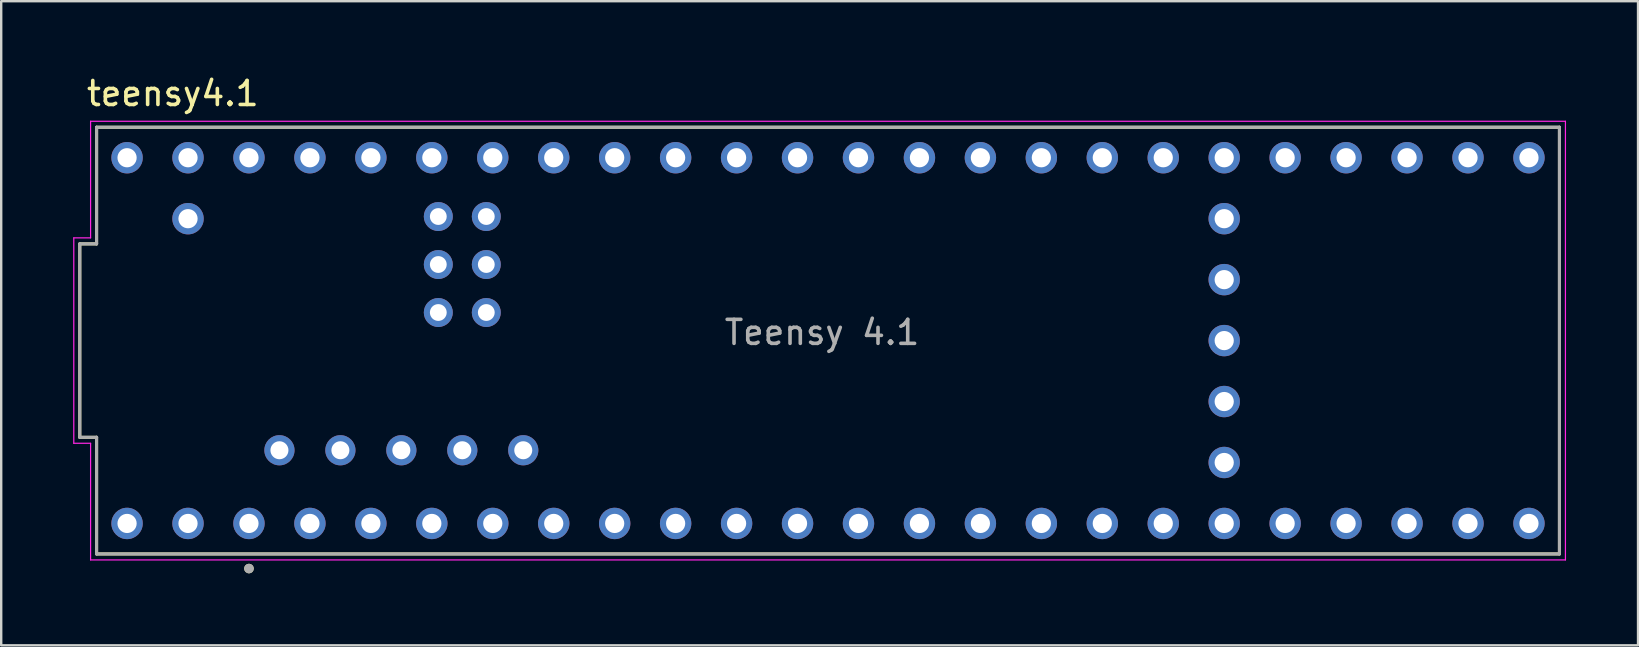
<source format=kicad_pcb>
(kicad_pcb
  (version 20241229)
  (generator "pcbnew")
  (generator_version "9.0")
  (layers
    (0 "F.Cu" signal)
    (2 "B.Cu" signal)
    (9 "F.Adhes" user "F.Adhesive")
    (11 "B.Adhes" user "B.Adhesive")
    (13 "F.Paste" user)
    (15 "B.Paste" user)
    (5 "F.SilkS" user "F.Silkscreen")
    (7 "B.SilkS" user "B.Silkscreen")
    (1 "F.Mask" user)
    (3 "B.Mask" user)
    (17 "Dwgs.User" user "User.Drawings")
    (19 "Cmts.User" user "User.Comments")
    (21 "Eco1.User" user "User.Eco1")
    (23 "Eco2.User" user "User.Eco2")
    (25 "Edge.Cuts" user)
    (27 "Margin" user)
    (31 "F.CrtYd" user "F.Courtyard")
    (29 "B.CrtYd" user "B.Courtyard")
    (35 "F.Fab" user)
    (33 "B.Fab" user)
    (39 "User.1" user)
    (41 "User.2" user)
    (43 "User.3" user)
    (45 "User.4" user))
  (footprint "teensy4.1"
    (layer "F.Cu")
    (at 31.455 11.143)
    (property "Reference" "teensy4.1" (at -27.305 -10.295 0) (layer "F.SilkS") (effects (font (size 1 1) (thickness 0.15))))
    (attr through_hole)
    (fp_line (start -31.18 4.03) (end -31.18 -4.03) (stroke (width 0.127) (type solid)) (layer "F.SilkS"))
    (fp_line (start -30.48 -8.89) (end -30.48 -4.03) (stroke (width 0.127) (type solid)) (layer "F.SilkS"))
    (fp_line (start -30.48 -8.89) (end 30.48 -8.89) (stroke (width 0.127) (type solid)) (layer "F.SilkS"))
    (fp_line (start -30.48 -4.03) (end -31.18 -4.03) (stroke (width 0.127) (type solid)) (layer "F.SilkS"))
    (fp_line (start -30.48 4.03) (end -31.18 4.03) (stroke (width 0.127) (type solid)) (layer "F.SilkS"))
    (fp_line (start -30.48 8.89) (end -30.48 4.03) (stroke (width 0.127) (type solid)) (layer "F.SilkS"))
    (fp_line (start 30.48 -8.89) (end 30.48 8.89) (stroke (width 0.127) (type solid)) (layer "F.SilkS"))
    (fp_line (start 30.48 8.89) (end -30.48 8.89) (stroke (width 0.127) (type solid)) (layer "F.SilkS"))
    (fp_circle (center -24.13 9.5) (end -24.03 9.5) (stroke (width 0.2) (type solid)) (fill no) (layer "F.SilkS"))
    (fp_line (start -31.43 4.28) (end -31.43 -4.28) (stroke (width 0.05) (type solid)) (layer "F.CrtYd"))
    (fp_line (start -30.73 -9.14) (end -30.73 -4.28) (stroke (width 0.05) (type solid)) (layer "F.CrtYd"))
    (fp_line (start -30.73 -9.14) (end 30.73 -9.14) (stroke (width 0.05) (type solid)) (layer "F.CrtYd"))
    (fp_line (start -30.73 -4.28) (end -31.43 -4.28) (stroke (width 0.05) (type solid)) (layer "F.CrtYd"))
    (fp_line (start -30.73 4.28) (end -31.43 4.28) (stroke (width 0.05) (type solid)) (layer "F.CrtYd"))
    (fp_line (start -30.73 9.14) (end -30.73 4.28) (stroke (width 0.05) (type solid)) (layer "F.CrtYd"))
    (fp_line (start 30.73 -9.14) (end 30.73 9.14) (stroke (width 0.05) (type solid)) (layer "F.CrtYd"))
    (fp_line (start 30.73 9.14) (end -30.73 9.14) (stroke (width 0.05) (type solid)) (layer "F.CrtYd"))
    (fp_line (start -31.18 4.03) (end -31.18 -4.03) (stroke (width 0.127) (type solid)) (layer "F.Fab"))
    (fp_line (start -30.48 -8.89) (end -30.48 -4.03) (stroke (width 0.127) (type solid)) (layer "F.Fab"))
    (fp_line (start -30.48 -8.89) (end 30.48 -8.89) (stroke (width 0.127) (type solid)) (layer "F.Fab"))
    (fp_line (start -30.48 -4.03) (end -31.18 -4.03) (stroke (width 0.127) (type solid)) (layer "F.Fab"))
    (fp_line (start -30.48 4.03) (end -31.18 4.03) (stroke (width 0.127) (type solid)) (layer "F.Fab"))
    (fp_line (start -30.48 8.89) (end -30.48 4.03) (stroke (width 0.127) (type solid)) (layer "F.Fab"))
    (fp_line (start 30.48 -8.89) (end 30.48 8.89) (stroke (width 0.127) (type solid)) (layer "F.Fab"))
    (fp_line (start 30.48 8.89) (end -30.48 8.89) (stroke (width 0.127) (type solid)) (layer "F.Fab"))
    (fp_circle (center -24.13 9.5) (end -24.03 9.5) (stroke (width 0.2) (type solid)) (fill no) (layer "F.Fab"))
    (fp_text user "Teensy 4.1" (at -0.25 -0.34 0) (layer "F.Fab") (effects (font (size 1 1) (thickness 0.15))))
    (pad "0" thru_hole circle (at -26.67 7.62) (size 1.308 1.308) (drill 0.8) (layers "*.Cu" "*.Mask"))
    (pad "1" thru_hole circle (at -24.13 7.62) (size 1.308 1.308) (drill 0.8) (layers "*.Cu" "*.Mask"))
    (pad "2" thru_hole circle (at -21.59 7.62) (size 1.308 1.308) (drill 0.8) (layers "*.Cu" "*.Mask"))
    (pad "3" thru_hole circle (at -19.05 7.62) (size 1.308 1.308) (drill 0.8) (layers "*.Cu" "*.Mask"))
    (pad "3.3V_1" thru_hole circle (at 6.35 7.62) (size 1.308 1.308) (drill 0.8) (layers "*.Cu" "*.Mask"))
    (pad "3.3V_2" thru_hole circle (at -24.13 -7.62) (size 1.308 1.308) (drill 0.8) (layers "*.Cu" "*.Mask"))
    (pad "3.3V_3" thru_hole circle (at 16.51 2.54) (size 1.308 1.308) (drill 0.8) (layers "*.Cu" "*.Mask"))
    (pad "4" thru_hole circle (at -16.51 7.62) (size 1.308 1.308) (drill 0.8) (layers "*.Cu" "*.Mask"))
    (pad "5" thru_hole circle (at -13.97 7.62) (size 1.308 1.308) (drill 0.8) (layers "*.Cu" "*.Mask"))
    (pad "5V" thru_hole circle (at -22.86 4.57) (size 1.258 1.258) (drill 0.75) (layers "*.Cu" "*.Mask"))
    (pad "6" thru_hole circle (at -11.43 7.62) (size 1.308 1.308) (drill 0.8) (layers "*.Cu" "*.Mask"))
    (pad "7" thru_hole circle (at -8.89 7.62) (size 1.308 1.308) (drill 0.8) (layers "*.Cu" "*.Mask"))
    (pad "8" thru_hole circle (at -6.35 7.62) (size 1.308 1.308) (drill 0.8) (layers "*.Cu" "*.Mask"))
    (pad "9" thru_hole circle (at -3.81 7.62) (size 1.308 1.308) (drill 0.8) (layers "*.Cu" "*.Mask"))
    (pad "10" thru_hole circle (at -1.27 7.62) (size 1.308 1.308) (drill 0.8) (layers "*.Cu" "*.Mask"))
    (pad "11" thru_hole circle (at 1.27 7.62) (size 1.308 1.308) (drill 0.8) (layers "*.Cu" "*.Mask"))
    (pad "12" thru_hole circle (at 3.81 7.62) (size 1.308 1.308) (drill 0.8) (layers "*.Cu" "*.Mask"))
    (pad "13" thru_hole circle (at 3.81 -7.62) (size 1.308 1.308) (drill 0.8) (layers "*.Cu" "*.Mask"))
    (pad "14" thru_hole circle (at 1.27 -7.62) (size 1.308 1.308) (drill 0.8) (layers "*.Cu" "*.Mask"))
    (pad "15" thru_hole circle (at -1.27 -7.62) (size 1.308 1.308) (drill 0.8) (layers "*.Cu" "*.Mask"))
    (pad "16" thru_hole circle (at -3.81 -7.62) (size 1.308 1.308) (drill 0.8) (layers "*.Cu" "*.Mask"))
    (pad "17" thru_hole circle (at -6.35 -7.62) (size 1.308 1.308) (drill 0.8) (layers "*.Cu" "*.Mask"))
    (pad "18" thru_hole circle (at -8.89 -7.62) (size 1.308 1.308) (drill 0.8) (layers "*.Cu" "*.Mask"))
    (pad "19" thru_hole circle (at -11.43 -7.62) (size 1.308 1.308) (drill 0.8) (layers "*.Cu" "*.Mask"))
    (pad "20" thru_hole circle (at -13.97 -7.62) (size 1.308 1.308) (drill 0.8) (layers "*.Cu" "*.Mask"))
    (pad "21" thru_hole circle (at -16.51 -7.62) (size 1.308 1.308) (drill 0.8) (layers "*.Cu" "*.Mask"))
    (pad "22" thru_hole circle (at -19.05 -7.62) (size 1.308 1.308) (drill 0.8) (layers "*.Cu" "*.Mask"))
    (pad "23" thru_hole circle (at -21.59 -7.62) (size 1.308 1.308) (drill 0.8) (layers "*.Cu" "*.Mask"))
    (pad "24" thru_hole circle (at 8.89 7.62) (size 1.308 1.308) (drill 0.8) (layers "*.Cu" "*.Mask"))
    (pad "25" thru_hole circle (at 11.43 7.62) (size 1.308 1.308) (drill 0.8) (layers "*.Cu" "*.Mask"))
    (pad "26" thru_hole circle (at 13.97 7.62) (size 1.308 1.308) (drill 0.8) (layers "*.Cu" "*.Mask"))
    (pad "27" thru_hole circle (at 16.51 7.62) (size 1.308 1.308) (drill 0.8) (layers "*.Cu" "*.Mask"))
    (pad "28" thru_hole circle (at 19.05 7.62) (size 1.308 1.308) (drill 0.8) (layers "*.Cu" "*.Mask"))
    (pad "29" thru_hole circle (at 21.59 7.62) (size 1.308 1.308) (drill 0.8) (layers "*.Cu" "*.Mask"))
    (pad "30" thru_hole circle (at 24.13 7.62) (size 1.308 1.308) (drill 0.8) (layers "*.Cu" "*.Mask"))
    (pad "31" thru_hole circle (at 26.67 7.62) (size 1.308 1.308) (drill 0.8) (layers "*.Cu" "*.Mask"))
    (pad "32" thru_hole circle (at 29.21 7.62) (size 1.308 1.308) (drill 0.8) (layers "*.Cu" "*.Mask"))
    (pad "33" thru_hole circle (at 29.21 -7.62) (size 1.308 1.308) (drill 0.8) (layers "*.Cu" "*.Mask"))
    (pad "34" thru_hole circle (at 26.67 -7.62) (size 1.308 1.308) (drill 0.8) (layers "*.Cu" "*.Mask"))
    (pad "35" thru_hole circle (at 24.13 -7.62) (size 1.308 1.308) (drill 0.8) (layers "*.Cu" "*.Mask"))
    (pad "36" thru_hole circle (at 21.59 -7.62) (size 1.308 1.308) (drill 0.8) (layers "*.Cu" "*.Mask"))
    (pad "37" thru_hole circle (at 19.05 -7.62) (size 1.308 1.308) (drill 0.8) (layers "*.Cu" "*.Mask"))
    (pad "38" thru_hole circle (at 16.51 -7.62) (size 1.308 1.308) (drill 0.8) (layers "*.Cu" "*.Mask"))
    (pad "39" thru_hole circle (at 13.97 -7.62) (size 1.308 1.308) (drill 0.8) (layers "*.Cu" "*.Mask"))
    (pad "40" thru_hole circle (at 11.43 -7.62) (size 1.308 1.308) (drill 0.8) (layers "*.Cu" "*.Mask"))
    (pad "41" thru_hole circle (at 8.89 -7.62) (size 1.308 1.308) (drill 0.8) (layers "*.Cu" "*.Mask"))
    (pad "D+" thru_hole circle (at -17.78 4.57) (size 1.258 1.258) (drill 0.75) (layers "*.Cu" "*.Mask"))
    (pad "D-" thru_hole circle (at -20.32 4.57) (size 1.258 1.258) (drill 0.75) (layers "*.Cu" "*.Mask"))
    (pad "GND1" thru_hole circle (at -29.21 7.62) (size 1.308 1.308) (drill 0.8) (layers "*.Cu" "*.Mask"))
    (pad "GND2" thru_hole circle (at 6.35 -7.62) (size 1.308 1.308) (drill 0.8) (layers "*.Cu" "*.Mask"))
    (pad "GND3" thru_hole circle (at -26.67 -7.62) (size 1.308 1.308) (drill 0.8) (layers "*.Cu" "*.Mask"))
    (pad "GND4" thru_hole circle (at 16.51 0) (size 1.308 1.308) (drill 0.8) (layers "*.Cu" "*.Mask"))
    (pad "GND5" thru_hole circle (at -14.24 -3.17) (size 1.208 1.208) (drill 0.7) (layers "*.Cu" "*.Mask"))
    (pad "LED" thru_hole circle (at -16.24 -3.17) (size 1.208 1.208) (drill 0.7) (layers "*.Cu" "*.Mask"))
    (pad "ON/OFF" thru_hole circle (at 16.51 -5.08) (size 1.308 1.308) (drill 0.8) (layers "*.Cu" "*.Mask"))
    (pad "PROGRAM" thru_hole circle (at 16.51 -2.54) (size 1.308 1.308) (drill 0.8) (layers "*.Cu" "*.Mask"))
    (pad "R+" thru_hole circle (at -16.24 -5.17) (size 1.208 1.208) (drill 0.7) (layers "*.Cu" "*.Mask"))
    (pad "R-" thru_hole circle (at -14.24 -5.17) (size 1.208 1.208) (drill 0.7) (layers "*.Cu" "*.Mask"))
    (pad "T+" thru_hole circle (at -14.24 -1.17) (size 1.208 1.208) (drill 0.7) (layers "*.Cu" "*.Mask"))
    (pad "T-" thru_hole circle (at -16.24 -1.17) (size 1.208 1.208) (drill 0.7) (layers "*.Cu" "*.Mask"))
    (pad "USB_GND1" thru_hole circle (at -15.24 4.57) (size 1.258 1.258) (drill 0.75) (layers "*.Cu" "*.Mask"))
    (pad "USB_GND2" thru_hole circle (at -12.7 4.57) (size 1.258 1.258) (drill 0.75) (layers "*.Cu" "*.Mask"))
    (pad "VBAT" thru_hole circle (at 16.51 5.08) (size 1.308 1.308) (drill 0.8) (layers "*.Cu" "*.Mask"))
    (pad "VIN" thru_hole circle (at -29.21 -7.62) (size 1.308 1.308) (drill 0.8) (layers "*.Cu" "*.Mask"))
    (pad "VUSB" thru_hole circle (at -26.67 -5.08) (size 1.308 1.308) (drill 0.8) (layers "*.Cu" "*.Mask")))
  (gr_rect
    (start -3 -3)
    (end 65.21 23.843)
    (stroke (width 0.1) (type default))
    (fill no)
    (layer "Edge.Cuts")))
</source>
